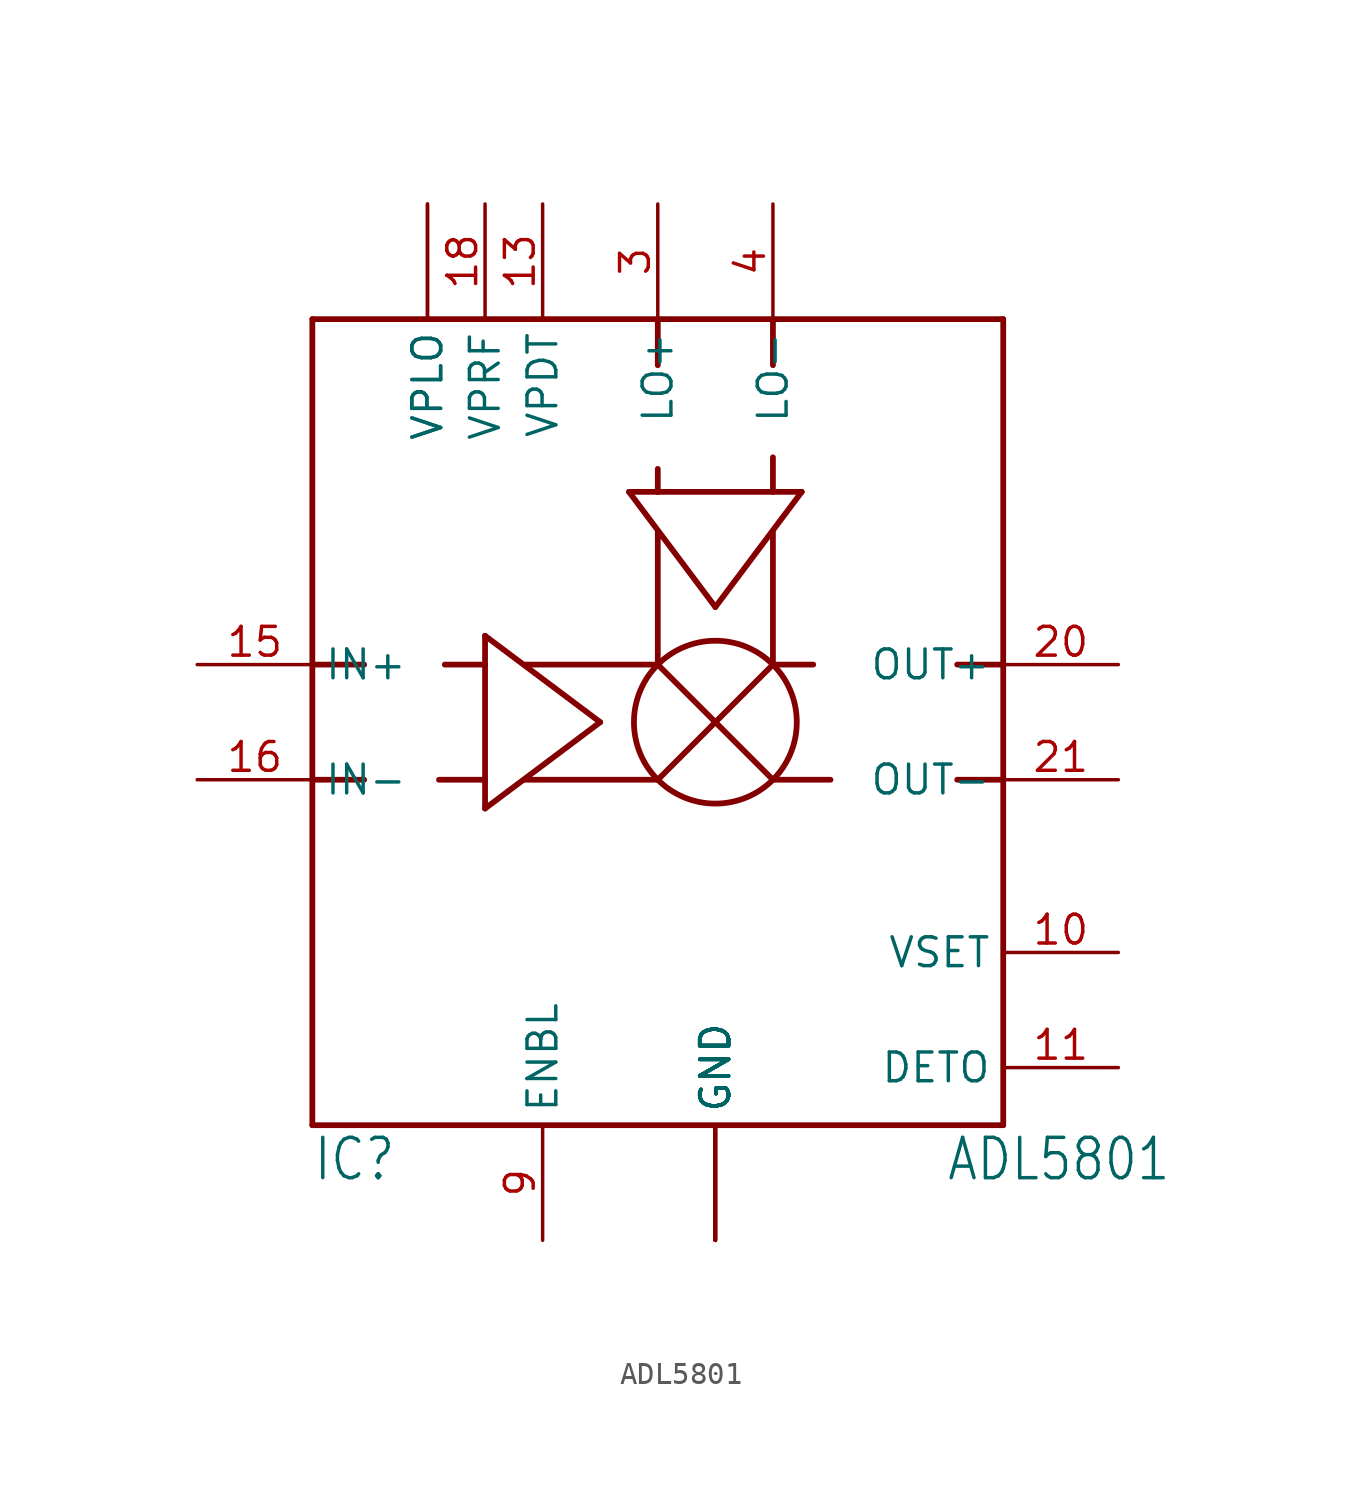
<source format=kicad_sym>
(kicad_symbol_lib
  (version 20201005)
  (generator kicad_symbol_editor)
  (symbol "ADL5801"
    (property "Reference" "IC"
      (at -17.78 -20.32 0)
      (effects (font (size 1.778 1.511)) (justify left bottom)))
    (property "Value" "ADL5801"
      (at 10.16 -20.32 0)
      (effects (font (size 1.778 1.511)) (justify left bottom)))
    (property "ki_locked" ""
      (at 0 0 0)
      (effects (font (size 1.27 1.27))))
    (symbol "ADL5801_1_0"
      (circle (center 0 0) (radius 3.592) (stroke (width 0.254)) (fill (type none)))
      (polyline (pts (xy -17.78 -17.78) (xy -17.78 17.78)) (stroke (width 0.254)) (fill (type none)))
      (polyline (pts (xy -17.78 -2.54) (xy -15.494 -2.54)) (stroke (width 0.254)) (fill (type none)))
      (polyline (pts (xy -17.78 2.54) (xy -15.494 2.54)) (stroke (width 0.254)) (fill (type none)))
      (polyline (pts (xy -17.78 17.78) (xy 12.7 17.78)) (stroke (width 0.254)) (fill (type none)))
      (polyline (pts (xy -12.192 -2.54) (xy -10.16 -2.54)) (stroke (width 0.254)) (fill (type none)))
      (polyline (pts (xy -11.938 2.54) (xy -10.16 2.54)) (stroke (width 0.254)) (fill (type none)))
      (polyline (pts (xy -10.16 -3.81) (xy -9.144 -3.048)) (stroke (width 0.254)) (fill (type none)))
      (polyline (pts (xy -10.16 -2.54) (xy -10.16 -3.81)) (stroke (width 0.254)) (fill (type none)))
      (polyline (pts (xy -10.16 2.54) (xy -10.16 -2.54)) (stroke (width 0.254)) (fill (type none)))
      (polyline (pts (xy -10.16 3.81) (xy -10.16 2.54)) (stroke (width 0.254)) (fill (type none)))
      (polyline (pts (xy -9.144 -3.048) (xy -5.08 0)) (stroke (width 0.254)) (fill (type none)))
      (polyline (pts (xy -5.08 0) (xy -10.16 3.81)) (stroke (width 0.254)) (fill (type none)))
      (polyline (pts (xy -3.81 10.16) (xy -2.54 10.16)) (stroke (width 0.254)) (fill (type none)))
      (polyline (pts (xy -2.54 -2.54) (xy -8.382 -2.54)) (stroke (width 0.254)) (fill (type none)))
      (polyline (pts (xy -2.54 2.54) (xy -8.382 2.54)) (stroke (width 0.254)) (fill (type none)))
      (polyline (pts (xy -2.54 2.54) (xy -2.54 8.382)) (stroke (width 0.254)) (fill (type none)))
      (polyline (pts (xy -2.54 2.54) (xy 2.54 -2.54)) (stroke (width 0.254)) (fill (type none)))
      (polyline (pts (xy -2.54 10.16) (xy -2.54 11.176)) (stroke (width 0.254)) (fill (type none)))
      (polyline (pts (xy -2.54 10.16) (xy 2.54 10.16)) (stroke (width 0.254)) (fill (type none)))
      (polyline (pts (xy -2.54 17.78) (xy -2.54 15.748)) (stroke (width 0.254)) (fill (type none)))
      (polyline (pts (xy 0 5.08) (xy -3.81 10.16)) (stroke (width 0.254)) (fill (type none)))
      (polyline (pts (xy 2.54 -2.54) (xy 5.08 -2.54)) (stroke (width 0.254)) (fill (type none)))
      (polyline (pts (xy 2.54 2.54) (xy -2.54 -2.54)) (stroke (width 0.254)) (fill (type none)))
      (polyline (pts (xy 2.54 2.54) (xy 2.54 8.382)) (stroke (width 0.254)) (fill (type none)))
      (polyline (pts (xy 2.54 2.54) (xy 4.318 2.54)) (stroke (width 0.254)) (fill (type none)))
      (polyline (pts (xy 2.54 10.16) (xy 2.54 11.684)) (stroke (width 0.254)) (fill (type none)))
      (polyline (pts (xy 2.54 10.16) (xy 3.81 10.16)) (stroke (width 0.254)) (fill (type none)))
      (polyline (pts (xy 2.54 17.78) (xy 2.54 15.748)) (stroke (width 0.254)) (fill (type none)))
      (polyline (pts (xy 3.81 10.16) (xy 0 5.08)) (stroke (width 0.254)) (fill (type none)))
      (polyline (pts (xy 12.7 -17.78) (xy -17.78 -17.78)) (stroke (width 0.254)) (fill (type none)))
      (polyline (pts (xy 12.7 -2.54) (xy 10.668 -2.54)) (stroke (width 0.254)) (fill (type none)))
      (polyline (pts (xy 12.7 2.54) (xy 10.668 2.54)) (stroke (width 0.254)) (fill (type none)))
      (polyline (pts (xy 12.7 17.78) (xy 12.7 -17.78)) (stroke (width 0.254)) (fill (type none)))
      (pin bidirectional line (at 0 -22.86 90) (length 5.08) (name "GND" (effects (font (size 1.27 1.27)))) (number "1" (effects (font (size 0 0)))))
      (pin bidirectional line (at 17.78 -10.16 180) (length 5.08) (name "VSET" (effects (font (size 1.27 1.27)))) (number "10" (effects (font (size 1.27 1.27)))))
      (pin bidirectional line (at 17.78 -15.24 180) (length 5.08) (name "DETO" (effects (font (size 1.27 1.27)))) (number "11" (effects (font (size 1.27 1.27)))))
      (pin bidirectional line (at 0 -22.86 90) (length 5.08) (name "GND" (effects (font (size 1.27 1.27)))) (number "12" (effects (font (size 0 0)))))
      (pin bidirectional line (at -7.62 22.86 270) (length 5.08) (name "VPDT" (effects (font (size 1.27 1.27)))) (number "13" (effects (font (size 1.27 1.27)))))
      (pin bidirectional line (at 0 -22.86 90) (length 5.08) (name "GND" (effects (font (size 1.27 1.27)))) (number "14" (effects (font (size 0 0)))))
      (pin bidirectional line (at -22.86 2.54 0) (length 5.08) (name "IN+" (effects (font (size 1.27 1.27)))) (number "15" (effects (font (size 1.27 1.27)))))
      (pin bidirectional line (at -22.86 -2.54 0) (length 5.08) (name "IN-" (effects (font (size 1.27 1.27)))) (number "16" (effects (font (size 1.27 1.27)))))
      (pin bidirectional line (at 0 -22.86 90) (length 5.08) (name "GND" (effects (font (size 1.27 1.27)))) (number "17" (effects (font (size 0 0)))))
      (pin bidirectional line (at -10.16 22.86 270) (length 5.08) (name "VPRF" (effects (font (size 1.27 1.27)))) (number "18" (effects (font (size 1.27 1.27)))))
      (pin bidirectional line (at 0 -22.86 90) (length 5.08) (name "GND" (effects (font (size 1.27 1.27)))) (number "19" (effects (font (size 0 0)))))
      (pin bidirectional line (at 0 -22.86 90) (length 5.08) (name "GND" (effects (font (size 1.27 1.27)))) (number "2" (effects (font (size 0 0)))))
      (pin bidirectional line (at 17.78 2.54 180) (length 5.08) (name "OUT+" (effects (font (size 1.27 1.27)))) (number "20" (effects (font (size 1.27 1.27)))))
      (pin bidirectional line (at 17.78 -2.54 180) (length 5.08) (name "OUT-" (effects (font (size 1.27 1.27)))) (number "21" (effects (font (size 1.27 1.27)))))
      (pin bidirectional line (at 0 -22.86 90) (length 5.08) (name "GND" (effects (font (size 1.27 1.27)))) (number "23" (effects (font (size 0 0)))))
      (pin bidirectional line (at -12.7 22.86 270) (length 5.08) (name "VPLO" (effects (font (size 1.27 1.27)))) (number "24" (effects (font (size 0 0)))))
      (pin bidirectional line (at 0 -22.86 90) (length 5.08) (name "GND" (effects (font (size 1.27 1.27)))) (number "25" (effects (font (size 0 0)))))
      (pin bidirectional line (at -2.54 22.86 270) (length 5.08) (name "LO+" (effects (font (size 1.27 1.27)))) (number "3" (effects (font (size 1.27 1.27)))))
      (pin bidirectional line (at 2.54 22.86 270) (length 5.08) (name "LO-" (effects (font (size 1.27 1.27)))) (number "4" (effects (font (size 1.27 1.27)))))
      (pin bidirectional line (at 0 -22.86 90) (length 5.08) (name "GND" (effects (font (size 1.27 1.27)))) (number "5" (effects (font (size 0 0)))))
      (pin bidirectional line (at 0 -22.86 90) (length 5.08) (name "GND" (effects (font (size 1.27 1.27)))) (number "6" (effects (font (size 0 0)))))
      (pin bidirectional line (at -12.7 22.86 270) (length 5.08) (name "VPLO" (effects (font (size 1.27 1.27)))) (number "7" (effects (font (size 0 0)))))
      (pin bidirectional line (at 0 -22.86 90) (length 5.08) (name "GND" (effects (font (size 1.27 1.27)))) (number "8" (effects (font (size 0 0)))))
      (pin bidirectional line (at -7.62 -22.86 90) (length 5.08) (name "ENBL" (effects (font (size 1.27 1.27)))) (number "9" (effects (font (size 1.27 1.27))))))))
</source>
